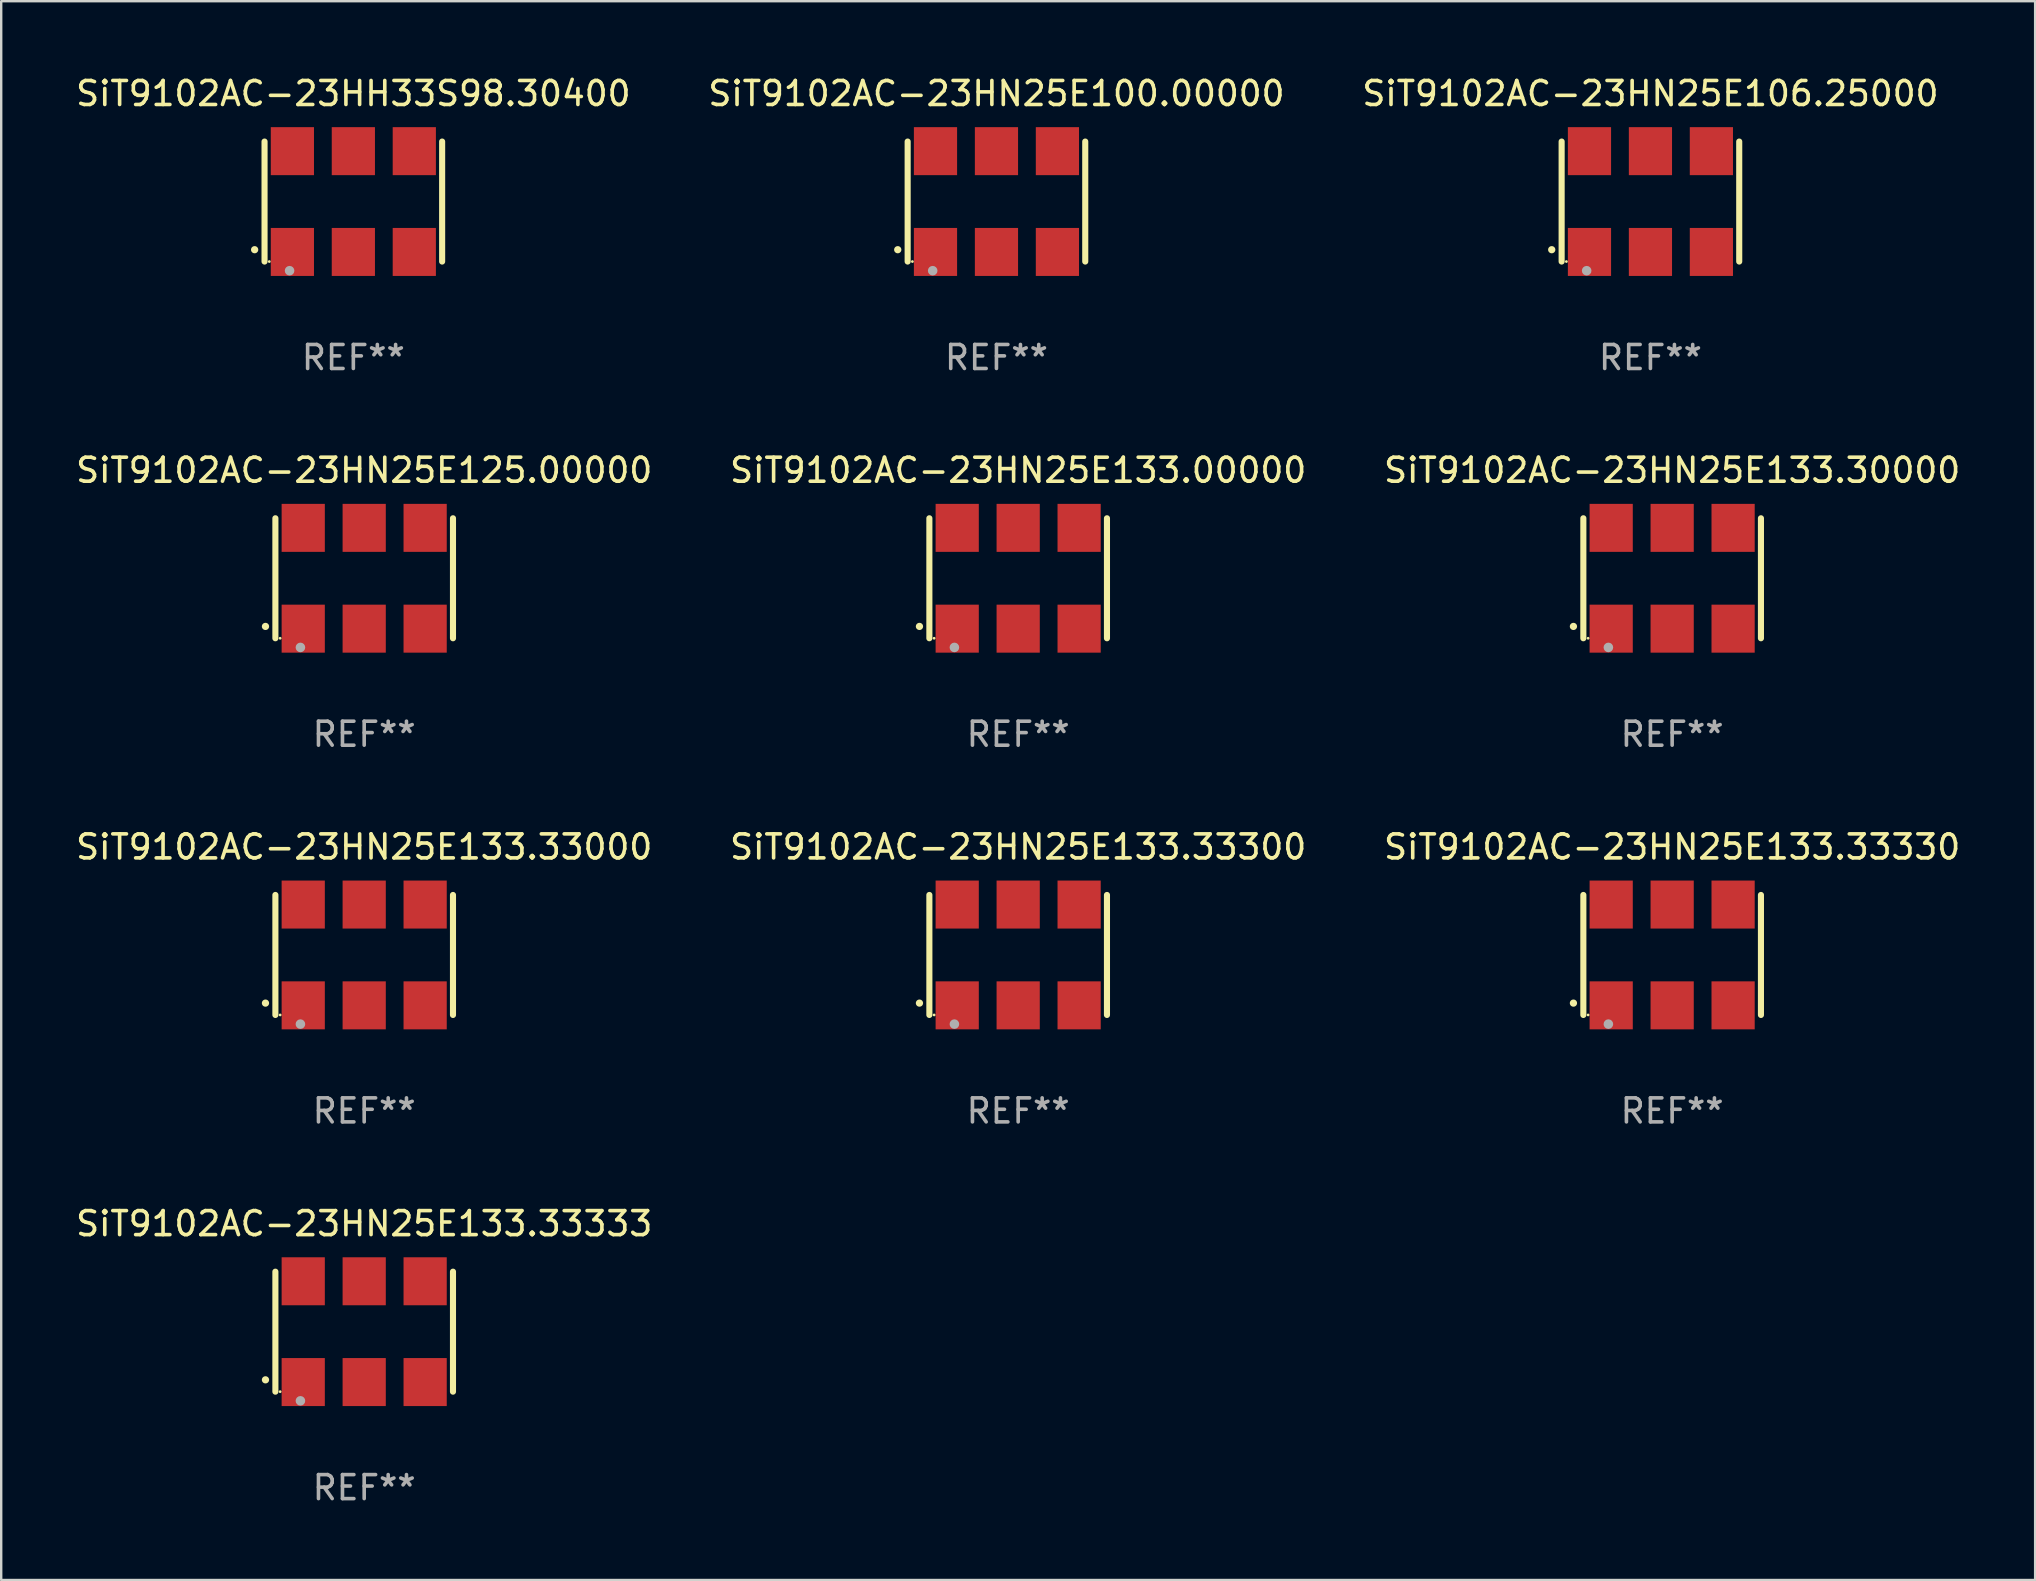
<source format=kicad_pcb>
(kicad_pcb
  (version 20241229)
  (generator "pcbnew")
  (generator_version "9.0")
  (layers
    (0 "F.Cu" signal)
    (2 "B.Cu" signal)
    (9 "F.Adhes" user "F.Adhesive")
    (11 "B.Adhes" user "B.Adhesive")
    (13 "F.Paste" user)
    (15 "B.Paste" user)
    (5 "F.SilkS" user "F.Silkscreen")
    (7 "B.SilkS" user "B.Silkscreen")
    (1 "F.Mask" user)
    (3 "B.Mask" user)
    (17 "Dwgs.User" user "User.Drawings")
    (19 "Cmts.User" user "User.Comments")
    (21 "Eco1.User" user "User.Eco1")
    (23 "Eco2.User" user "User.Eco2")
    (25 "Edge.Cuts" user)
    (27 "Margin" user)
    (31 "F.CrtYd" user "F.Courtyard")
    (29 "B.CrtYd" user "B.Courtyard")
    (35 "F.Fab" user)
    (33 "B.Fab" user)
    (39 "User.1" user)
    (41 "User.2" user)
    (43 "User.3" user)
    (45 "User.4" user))
  (footprint "SiT9102AC-23HN25E133.00000"
    (layer "F.Cu")
    (at 39.375 21.045)
    (property "Reference" "SiT9102AC-23HN25E133.00000" (at 0 -4.5 0) (layer "F.SilkS") (effects (font (size 1 1) (thickness 0.15))))
    (attr through_hole)
    (fp_line (start -3.7 -2.5) (end -3.7 2.5) (stroke (width 0.254) (type solid)) (layer "F.SilkS"))
    (fp_line (start 3.7 -2.5) (end 3.7 2.5) (stroke (width 0.254) (type solid)) (layer "F.SilkS"))
    (fp_arc (start -4.114415 2.006604) (mid -4.113145 2.006599) (end -4.111875 2.006604) (stroke (width 0.3) (type solid)) (layer "F.SilkS"))
    (fp_circle (center -3.502 2.5) (end -3.472 2.5) (stroke (width 0.06) (type solid)) (fill no) (layer "F.SilkS"))
    (fp_circle (center -2.657 2.882) (end -2.557 2.882) (stroke (width 0.2) (type solid)) (fill no) (layer "F.Fab"))
    (fp_text user "REF**" (at 0 6.5 0) (layer "F.Fab") (effects (font (size 1 1) (thickness 0.15))))
    (pad "1" smd rect (at -2.54 2.1) (size 1.8 2) (layers "F.Cu" "F.Mask" "F.Paste"))
    (pad "2" smd rect (at 0.000394 2.1) (size 1.8 2) (layers "F.Cu" "F.Mask" "F.Paste"))
    (pad "3" smd rect (at 2.54 2.1) (size 1.8 2) (layers "F.Cu" "F.Mask" "F.Paste"))
    (pad "4" smd rect (at 2.54 -2.1) (size 1.8 2) (layers "F.Cu" "F.Mask" "F.Paste"))
    (pad "5" smd rect (at 0.000394 -2.1) (size 1.8 2) (layers "F.Cu" "F.Mask" "F.Paste"))
    (pad "6" smd rect (at -2.54 -2.1) (size 1.8 2) (layers "F.Cu" "F.Mask" "F.Paste")))
  (footprint "SiT9102AC-23HN25E106.25000"
    (layer "F.Cu")
    (at 65.72 5.348)
    (property "Reference" "SiT9102AC-23HN25E106.25000" (at 0 -4.5 0) (layer "F.SilkS") (effects (font (size 1 1) (thickness 0.15))))
    (attr through_hole)
    (fp_line (start -3.7 -2.5) (end -3.7 2.5) (stroke (width 0.254) (type solid)) (layer "F.SilkS"))
    (fp_line (start 3.7 -2.5) (end 3.7 2.5) (stroke (width 0.254) (type solid)) (layer "F.SilkS"))
    (fp_arc (start -4.114415 2.006604) (mid -4.113145 2.006599) (end -4.111875 2.006604) (stroke (width 0.3) (type solid)) (layer "F.SilkS"))
    (fp_circle (center -3.502 2.5) (end -3.472 2.5) (stroke (width 0.06) (type solid)) (fill no) (layer "F.SilkS"))
    (fp_circle (center -2.657 2.882) (end -2.557 2.882) (stroke (width 0.2) (type solid)) (fill no) (layer "F.Fab"))
    (fp_text user "REF**" (at 0 6.5 0) (layer "F.Fab") (effects (font (size 1 1) (thickness 0.15))))
    (pad "1" smd rect (at -2.54 2.1) (size 1.8 2) (layers "F.Cu" "F.Mask" "F.Paste"))
    (pad "2" smd rect (at 0.000394 2.1) (size 1.8 2) (layers "F.Cu" "F.Mask" "F.Paste"))
    (pad "3" smd rect (at 2.54 2.1) (size 1.8 2) (layers "F.Cu" "F.Mask" "F.Paste"))
    (pad "4" smd rect (at 2.54 -2.1) (size 1.8 2) (layers "F.Cu" "F.Mask" "F.Paste"))
    (pad "5" smd rect (at 0.000394 -2.1) (size 1.8 2) (layers "F.Cu" "F.Mask" "F.Paste"))
    (pad "6" smd rect (at -2.54 -2.1) (size 1.8 2) (layers "F.Cu" "F.Mask" "F.Paste")))
  (footprint "SiT9102AC-23HN25E100.00000"
    (layer "F.Cu")
    (at 38.47 5.348)
    (property "Reference" "SiT9102AC-23HN25E100.00000" (at 0 -4.5 0) (layer "F.SilkS") (effects (font (size 1 1) (thickness 0.15))))
    (attr through_hole)
    (fp_line (start -3.7 -2.5) (end -3.7 2.5) (stroke (width 0.254) (type solid)) (layer "F.SilkS"))
    (fp_line (start 3.7 -2.5) (end 3.7 2.5) (stroke (width 0.254) (type solid)) (layer "F.SilkS"))
    (fp_arc (start -4.114415 2.006604) (mid -4.113145 2.006599) (end -4.111875 2.006604) (stroke (width 0.3) (type solid)) (layer "F.SilkS"))
    (fp_circle (center -3.502 2.5) (end -3.472 2.5) (stroke (width 0.06) (type solid)) (fill no) (layer "F.SilkS"))
    (fp_circle (center -2.657 2.882) (end -2.557 2.882) (stroke (width 0.2) (type solid)) (fill no) (layer "F.Fab"))
    (fp_text user "REF**" (at 0 6.5 0) (layer "F.Fab") (effects (font (size 1 1) (thickness 0.15))))
    (pad "1" smd rect (at -2.54 2.1) (size 1.8 2) (layers "F.Cu" "F.Mask" "F.Paste"))
    (pad "2" smd rect (at 0.000394 2.1) (size 1.8 2) (layers "F.Cu" "F.Mask" "F.Paste"))
    (pad "3" smd rect (at 2.54 2.1) (size 1.8 2) (layers "F.Cu" "F.Mask" "F.Paste"))
    (pad "4" smd rect (at 2.54 -2.1) (size 1.8 2) (layers "F.Cu" "F.Mask" "F.Paste"))
    (pad "5" smd rect (at 0.000394 -2.1) (size 1.8 2) (layers "F.Cu" "F.Mask" "F.Paste"))
    (pad "6" smd rect (at -2.54 -2.1) (size 1.8 2) (layers "F.Cu" "F.Mask" "F.Paste")))
  (footprint "SiT9102AC-23HN25E133.30000"
    (layer "F.Cu")
    (at 66.625 21.045)
    (property "Reference" "SiT9102AC-23HN25E133.30000" (at 0 -4.5 0) (layer "F.SilkS") (effects (font (size 1 1) (thickness 0.15))))
    (attr through_hole)
    (fp_line (start -3.7 -2.5) (end -3.7 2.5) (stroke (width 0.254) (type solid)) (layer "F.SilkS"))
    (fp_line (start 3.7 -2.5) (end 3.7 2.5) (stroke (width 0.254) (type solid)) (layer "F.SilkS"))
    (fp_arc (start -4.114415 2.006604) (mid -4.113145 2.006599) (end -4.111875 2.006604) (stroke (width 0.3) (type solid)) (layer "F.SilkS"))
    (fp_circle (center -3.502 2.5) (end -3.472 2.5) (stroke (width 0.06) (type solid)) (fill no) (layer "F.SilkS"))
    (fp_circle (center -2.657 2.882) (end -2.557 2.882) (stroke (width 0.2) (type solid)) (fill no) (layer "F.Fab"))
    (fp_text user "REF**" (at 0 6.5 0) (layer "F.Fab") (effects (font (size 1 1) (thickness 0.15))))
    (pad "1" smd rect (at -2.54 2.1) (size 1.8 2) (layers "F.Cu" "F.Mask" "F.Paste"))
    (pad "2" smd rect (at 0.000394 2.1) (size 1.8 2) (layers "F.Cu" "F.Mask" "F.Paste"))
    (pad "3" smd rect (at 2.54 2.1) (size 1.8 2) (layers "F.Cu" "F.Mask" "F.Paste"))
    (pad "4" smd rect (at 2.54 -2.1) (size 1.8 2) (layers "F.Cu" "F.Mask" "F.Paste"))
    (pad "5" smd rect (at 0.000394 -2.1) (size 1.8 2) (layers "F.Cu" "F.Mask" "F.Paste"))
    (pad "6" smd rect (at -2.54 -2.1) (size 1.8 2) (layers "F.Cu" "F.Mask" "F.Paste")))
  (footprint "SiT9102AC-23HH33S98.30400"
    (layer "F.Cu")
    (at 11.673 5.348)
    (property "Reference" "SiT9102AC-23HH33S98.30400" (at 0 -4.5 0) (layer "F.SilkS") (effects (font (size 1 1) (thickness 0.15))))
    (attr through_hole)
    (fp_line (start -3.7 -2.5) (end -3.7 2.5) (stroke (width 0.254) (type solid)) (layer "F.SilkS"))
    (fp_line (start 3.7 -2.5) (end 3.7 2.5) (stroke (width 0.254) (type solid)) (layer "F.SilkS"))
    (fp_arc (start -4.114415 2.006604) (mid -4.113145 2.006599) (end -4.111875 2.006604) (stroke (width 0.3) (type solid)) (layer "F.SilkS"))
    (fp_circle (center -3.502 2.5) (end -3.472 2.5) (stroke (width 0.06) (type solid)) (fill no) (layer "F.SilkS"))
    (fp_circle (center -2.657 2.882) (end -2.557 2.882) (stroke (width 0.2) (type solid)) (fill no) (layer "F.Fab"))
    (fp_text user "REF**" (at 0 6.5 0) (layer "F.Fab") (effects (font (size 1 1) (thickness 0.15))))
    (pad "1" smd rect (at -2.54 2.1) (size 1.8 2) (layers "F.Cu" "F.Mask" "F.Paste"))
    (pad "2" smd rect (at 0.000394 2.1) (size 1.8 2) (layers "F.Cu" "F.Mask" "F.Paste"))
    (pad "3" smd rect (at 2.54 2.1) (size 1.8 2) (layers "F.Cu" "F.Mask" "F.Paste"))
    (pad "4" smd rect (at 2.54 -2.1) (size 1.8 2) (layers "F.Cu" "F.Mask" "F.Paste"))
    (pad "5" smd rect (at 0.000394 -2.1) (size 1.8 2) (layers "F.Cu" "F.Mask" "F.Paste"))
    (pad "6" smd rect (at -2.54 -2.1) (size 1.8 2) (layers "F.Cu" "F.Mask" "F.Paste")))
  (footprint "SiT9102AC-23HN25E125.00000"
    (layer "F.Cu")
    (at 12.125 21.045)
    (property "Reference" "SiT9102AC-23HN25E125.00000" (at 0 -4.5 0) (layer "F.SilkS") (effects (font (size 1 1) (thickness 0.15))))
    (attr through_hole)
    (fp_line (start -3.7 -2.5) (end -3.7 2.5) (stroke (width 0.254) (type solid)) (layer "F.SilkS"))
    (fp_line (start 3.7 -2.5) (end 3.7 2.5) (stroke (width 0.254) (type solid)) (layer "F.SilkS"))
    (fp_arc (start -4.114415 2.006604) (mid -4.113145 2.006599) (end -4.111875 2.006604) (stroke (width 0.3) (type solid)) (layer "F.SilkS"))
    (fp_circle (center -3.502 2.5) (end -3.472 2.5) (stroke (width 0.06) (type solid)) (fill no) (layer "F.SilkS"))
    (fp_circle (center -2.657 2.882) (end -2.557 2.882) (stroke (width 0.2) (type solid)) (fill no) (layer "F.Fab"))
    (fp_text user "REF**" (at 0 6.5 0) (layer "F.Fab") (effects (font (size 1 1) (thickness 0.15))))
    (pad "1" smd rect (at -2.54 2.1) (size 1.8 2) (layers "F.Cu" "F.Mask" "F.Paste"))
    (pad "2" smd rect (at 0.000394 2.1) (size 1.8 2) (layers "F.Cu" "F.Mask" "F.Paste"))
    (pad "3" smd rect (at 2.54 2.1) (size 1.8 2) (layers "F.Cu" "F.Mask" "F.Paste"))
    (pad "4" smd rect (at 2.54 -2.1) (size 1.8 2) (layers "F.Cu" "F.Mask" "F.Paste"))
    (pad "5" smd rect (at 0.000394 -2.1) (size 1.8 2) (layers "F.Cu" "F.Mask" "F.Paste"))
    (pad "6" smd rect (at -2.54 -2.1) (size 1.8 2) (layers "F.Cu" "F.Mask" "F.Paste")))
  (footprint "SiT9102AC-23HN25E133.33000"
    (layer "F.Cu")
    (at 12.125 36.741)
    (property "Reference" "SiT9102AC-23HN25E133.33000" (at 0 -4.5 0) (layer "F.SilkS") (effects (font (size 1 1) (thickness 0.15))))
    (attr through_hole)
    (fp_line (start -3.7 -2.5) (end -3.7 2.5) (stroke (width 0.254) (type solid)) (layer "F.SilkS"))
    (fp_line (start 3.7 -2.5) (end 3.7 2.5) (stroke (width 0.254) (type solid)) (layer "F.SilkS"))
    (fp_arc (start -4.114415 2.006604) (mid -4.113145 2.006599) (end -4.111875 2.006604) (stroke (width 0.3) (type solid)) (layer "F.SilkS"))
    (fp_circle (center -3.502 2.5) (end -3.472 2.5) (stroke (width 0.06) (type solid)) (fill no) (layer "F.SilkS"))
    (fp_circle (center -2.657 2.882) (end -2.557 2.882) (stroke (width 0.2) (type solid)) (fill no) (layer "F.Fab"))
    (fp_text user "REF**" (at 0 6.5 0) (layer "F.Fab") (effects (font (size 1 1) (thickness 0.15))))
    (pad "1" smd rect (at -2.54 2.1) (size 1.8 2) (layers "F.Cu" "F.Mask" "F.Paste"))
    (pad "2" smd rect (at 0.000394 2.1) (size 1.8 2) (layers "F.Cu" "F.Mask" "F.Paste"))
    (pad "3" smd rect (at 2.54 2.1) (size 1.8 2) (layers "F.Cu" "F.Mask" "F.Paste"))
    (pad "4" smd rect (at 2.54 -2.1) (size 1.8 2) (layers "F.Cu" "F.Mask" "F.Paste"))
    (pad "5" smd rect (at 0.000394 -2.1) (size 1.8 2) (layers "F.Cu" "F.Mask" "F.Paste"))
    (pad "6" smd rect (at -2.54 -2.1) (size 1.8 2) (layers "F.Cu" "F.Mask" "F.Paste")))
  (footprint "SiT9102AC-23HN25E133.33330"
    (layer "F.Cu")
    (at 66.625 36.741)
    (property "Reference" "SiT9102AC-23HN25E133.33330" (at 0 -4.5 0) (layer "F.SilkS") (effects (font (size 1 1) (thickness 0.15))))
    (attr through_hole)
    (fp_line (start -3.7 -2.5) (end -3.7 2.5) (stroke (width 0.254) (type solid)) (layer "F.SilkS"))
    (fp_line (start 3.7 -2.5) (end 3.7 2.5) (stroke (width 0.254) (type solid)) (layer "F.SilkS"))
    (fp_arc (start -4.114415 2.006604) (mid -4.113145 2.006599) (end -4.111875 2.006604) (stroke (width 0.3) (type solid)) (layer "F.SilkS"))
    (fp_circle (center -3.502 2.5) (end -3.472 2.5) (stroke (width 0.06) (type solid)) (fill no) (layer "F.SilkS"))
    (fp_circle (center -2.657 2.882) (end -2.557 2.882) (stroke (width 0.2) (type solid)) (fill no) (layer "F.Fab"))
    (fp_text user "REF**" (at 0 6.5 0) (layer "F.Fab") (effects (font (size 1 1) (thickness 0.15))))
    (pad "1" smd rect (at -2.54 2.1) (size 1.8 2) (layers "F.Cu" "F.Mask" "F.Paste"))
    (pad "2" smd rect (at 0.000394 2.1) (size 1.8 2) (layers "F.Cu" "F.Mask" "F.Paste"))
    (pad "3" smd rect (at 2.54 2.1) (size 1.8 2) (layers "F.Cu" "F.Mask" "F.Paste"))
    (pad "4" smd rect (at 2.54 -2.1) (size 1.8 2) (layers "F.Cu" "F.Mask" "F.Paste"))
    (pad "5" smd rect (at 0.000394 -2.1) (size 1.8 2) (layers "F.Cu" "F.Mask" "F.Paste"))
    (pad "6" smd rect (at -2.54 -2.1) (size 1.8 2) (layers "F.Cu" "F.Mask" "F.Paste")))
  (footprint "SiT9102AC-23HN25E133.33300"
    (layer "F.Cu")
    (at 39.375 36.741)
    (property "Reference" "SiT9102AC-23HN25E133.33300" (at 0 -4.5 0) (layer "F.SilkS") (effects (font (size 1 1) (thickness 0.15))))
    (attr through_hole)
    (fp_line (start -3.7 -2.5) (end -3.7 2.5) (stroke (width 0.254) (type solid)) (layer "F.SilkS"))
    (fp_line (start 3.7 -2.5) (end 3.7 2.5) (stroke (width 0.254) (type solid)) (layer "F.SilkS"))
    (fp_arc (start -4.114415 2.006604) (mid -4.113145 2.006599) (end -4.111875 2.006604) (stroke (width 0.3) (type solid)) (layer "F.SilkS"))
    (fp_circle (center -3.502 2.5) (end -3.472 2.5) (stroke (width 0.06) (type solid)) (fill no) (layer "F.SilkS"))
    (fp_circle (center -2.657 2.882) (end -2.557 2.882) (stroke (width 0.2) (type solid)) (fill no) (layer "F.Fab"))
    (fp_text user "REF**" (at 0 6.5 0) (layer "F.Fab") (effects (font (size 1 1) (thickness 0.15))))
    (pad "1" smd rect (at -2.54 2.1) (size 1.8 2) (layers "F.Cu" "F.Mask" "F.Paste"))
    (pad "2" smd rect (at 0.000394 2.1) (size 1.8 2) (layers "F.Cu" "F.Mask" "F.Paste"))
    (pad "3" smd rect (at 2.54 2.1) (size 1.8 2) (layers "F.Cu" "F.Mask" "F.Paste"))
    (pad "4" smd rect (at 2.54 -2.1) (size 1.8 2) (layers "F.Cu" "F.Mask" "F.Paste"))
    (pad "5" smd rect (at 0.000394 -2.1) (size 1.8 2) (layers "F.Cu" "F.Mask" "F.Paste"))
    (pad "6" smd rect (at -2.54 -2.1) (size 1.8 2) (layers "F.Cu" "F.Mask" "F.Paste")))
  (footprint "SiT9102AC-23HN25E133.33333"
    (layer "F.Cu")
    (at 12.125 52.438)
    (property "Reference" "SiT9102AC-23HN25E133.33333" (at 0 -4.5 0) (layer "F.SilkS") (effects (font (size 1 1) (thickness 0.15))))
    (attr through_hole)
    (fp_line (start -3.7 -2.5) (end -3.7 2.5) (stroke (width 0.254) (type solid)) (layer "F.SilkS"))
    (fp_line (start 3.7 -2.5) (end 3.7 2.5) (stroke (width 0.254) (type solid)) (layer "F.SilkS"))
    (fp_arc (start -4.114415 2.006604) (mid -4.113145 2.006599) (end -4.111875 2.006604) (stroke (width 0.3) (type solid)) (layer "F.SilkS"))
    (fp_circle (center -3.502 2.5) (end -3.472 2.5) (stroke (width 0.06) (type solid)) (fill no) (layer "F.SilkS"))
    (fp_circle (center -2.657 2.882) (end -2.557 2.882) (stroke (width 0.2) (type solid)) (fill no) (layer "F.Fab"))
    (fp_text user "REF**" (at 0 6.5 0) (layer "F.Fab") (effects (font (size 1 1) (thickness 0.15))))
    (pad "1" smd rect (at -2.54 2.1) (size 1.8 2) (layers "F.Cu" "F.Mask" "F.Paste"))
    (pad "2" smd rect (at 0.000394 2.1) (size 1.8 2) (layers "F.Cu" "F.Mask" "F.Paste"))
    (pad "3" smd rect (at 2.54 2.1) (size 1.8 2) (layers "F.Cu" "F.Mask" "F.Paste"))
    (pad "4" smd rect (at 2.54 -2.1) (size 1.8 2) (layers "F.Cu" "F.Mask" "F.Paste"))
    (pad "5" smd rect (at 0.000394 -2.1) (size 1.8 2) (layers "F.Cu" "F.Mask" "F.Paste"))
    (pad "6" smd rect (at -2.54 -2.1) (size 1.8 2) (layers "F.Cu" "F.Mask" "F.Paste")))
  (gr_rect
    (start -3 -3)
    (end 81.75 62.786)
    (stroke (width 0.1) (type default))
    (fill no)
    (layer "Edge.Cuts")))
</source>
